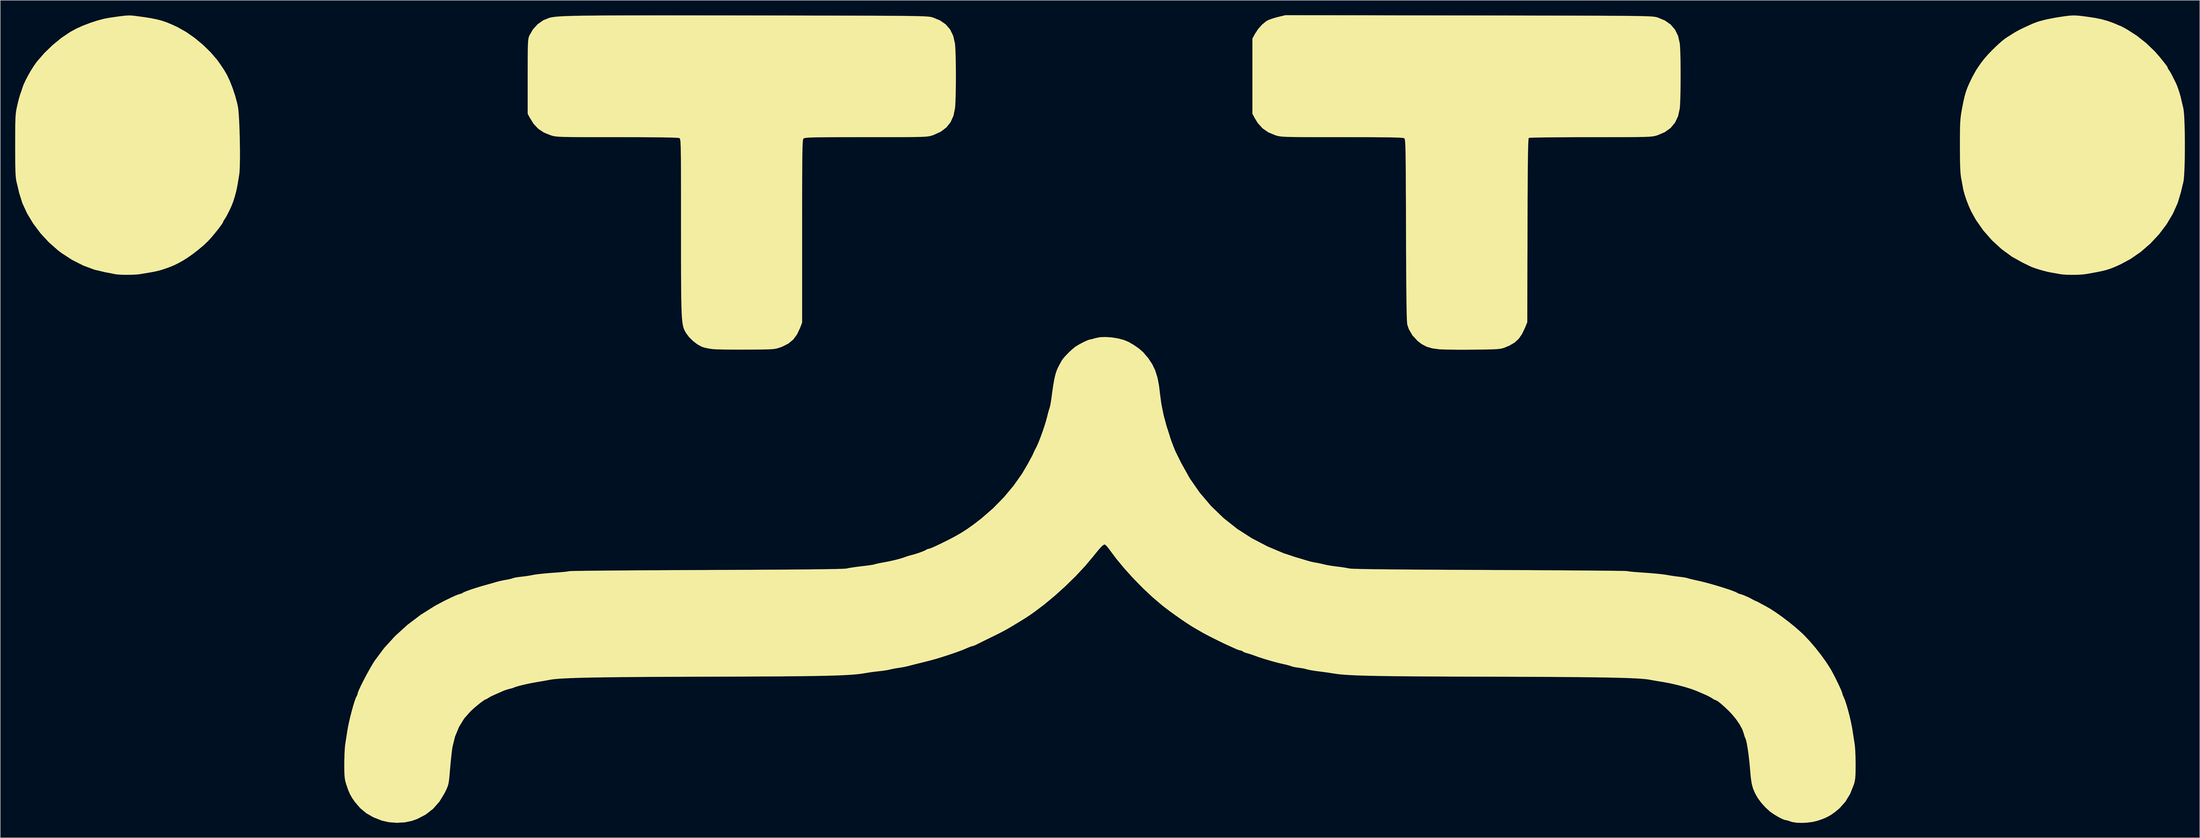
<source format=kicad_pcb>
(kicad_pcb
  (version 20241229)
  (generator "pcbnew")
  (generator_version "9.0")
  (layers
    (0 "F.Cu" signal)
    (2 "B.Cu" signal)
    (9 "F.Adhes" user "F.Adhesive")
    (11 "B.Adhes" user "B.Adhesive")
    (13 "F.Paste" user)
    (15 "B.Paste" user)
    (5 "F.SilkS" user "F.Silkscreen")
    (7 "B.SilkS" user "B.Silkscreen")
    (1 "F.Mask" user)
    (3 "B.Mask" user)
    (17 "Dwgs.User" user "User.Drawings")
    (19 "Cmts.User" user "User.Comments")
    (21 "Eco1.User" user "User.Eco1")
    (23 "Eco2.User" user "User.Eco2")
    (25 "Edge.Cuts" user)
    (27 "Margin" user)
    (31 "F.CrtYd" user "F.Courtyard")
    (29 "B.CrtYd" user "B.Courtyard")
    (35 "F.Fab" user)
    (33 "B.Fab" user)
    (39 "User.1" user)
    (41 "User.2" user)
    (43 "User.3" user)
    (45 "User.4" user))
  (footprint "otto_logo"
    (layer "F.Cu")
    (at 219.61 84.38)
    (property "Reference" "otto_logo" (at 0 0 0) (layer "F.SilkS") (effects (font (size 1.524 1.524) (thickness 0.3))))
    (attr through_hole)
    (fp_poly (pts (xy -196.228 -84.304) (xy -195.759 -84.26) (xy -195.268 -84.199) (xy -193.648 -83.98) (xy -192.307 -83.766) (xy -191.172 -83.537) (xy -190.167 -83.274) (xy -189.219 -82.955) (xy -188.253 -82.562) (xy -187.195 -82.072) (xy -186.869 -81.913) (xy -185.208 -80.973) (xy -183.514 -79.784) (xy -181.87 -78.417) (xy -180.357 -76.944) (xy -179.057 -75.437) (xy -178.391 -74.513) (xy -178.034 -73.974) (xy -177.702 -73.478) (xy -177.614 -73.347) (xy -177.044 -72.368) (xy -176.464 -71.127) (xy -175.91 -69.719) (xy -175.417 -68.236) (xy -175.018 -66.769) (xy -174.849 -65.987) (xy -174.759 -65.332) (xy -174.677 -64.387) (xy -174.605 -63.213) (xy -174.545 -61.87) (xy -174.497 -60.417) (xy -174.463 -58.914) (xy -174.443 -57.422) (xy -174.439 -56) (xy -174.453 -54.708) (xy -174.484 -53.608) (xy -174.535 -52.757) (xy -174.585 -52.327) (xy -174.719 -51.52) (xy -174.87 -50.615) (xy -174.958 -50.09) (xy -175.165 -49.09) (xy -175.455 -47.987) (xy -175.786 -46.932) (xy -176.107 -46.093) (xy -176.466 -45.311) (xy -176.842 -44.551) (xy -177.189 -43.901) (xy -177.462 -43.448) (xy -177.553 -43.326) (xy -177.757 -43.009) (xy -177.8 -42.849) (xy -177.909 -42.619) (xy -178.203 -42.182) (xy -178.635 -41.599) (xy -179.157 -40.931) (xy -179.721 -40.241) (xy -180.28 -39.587) (xy -180.785 -39.033) (xy -180.798 -39.019) (xy -181.684 -38.171) (xy -182.772 -37.249) (xy -183.948 -36.342) (xy -185.098 -35.537) (xy -185.971 -35) (xy -186.864 -34.509) (xy -187.612 -34.137) (xy -188.354 -33.822) (xy -189.228 -33.503) (xy -189.79 -33.313) (xy -190.316 -33.145) (xy -190.847 -33) (xy -191.45 -32.862) (xy -192.193 -32.717) (xy -193.142 -32.552) (xy -194.366 -32.352) (xy -194.585 -32.317) (xy -195.276 -32.243) (xy -196.158 -32.199) (xy -197.129 -32.185) (xy -198.084 -32.2) (xy -198.92 -32.244) (xy -199.534 -32.316) (xy -199.648 -32.341) (xy -200.162 -32.453) (xy -200.856 -32.587) (xy -201.424 -32.685) (xy -203.669 -33.216) (xy -205.941 -34.061) (xy -208.176 -35.191) (xy -210.311 -36.578) (xy -210.996 -37.097) (xy -212.839 -38.72) (xy -214.513 -40.534) (xy -215.982 -42.487) (xy -217.211 -44.527) (xy -218.165 -46.602) (xy -218.81 -48.659) (xy -218.852 -48.846) (xy -218.994 -49.462) (xy -219.177 -50.23) (xy -219.317 -50.8) (xy -219.397 -51.176) (xy -219.462 -51.621) (xy -219.512 -52.175) (xy -219.549 -52.88) (xy -219.576 -53.775) (xy -219.593 -54.901) (xy -219.602 -56.298) (xy -219.605 -58.006) (xy -219.605 -58.171) (xy -219.604 -59.846) (xy -219.598 -61.212) (xy -219.587 -62.313) (xy -219.566 -63.197) (xy -219.535 -63.908) (xy -219.49 -64.492) (xy -219.43 -64.995) (xy -219.353 -65.462) (xy -219.255 -65.94) (xy -219.205 -66.164) (xy -219.008 -66.992) (xy -218.809 -67.756) (xy -218.636 -68.347) (xy -218.562 -68.562) (xy -218.363 -69.111) (xy -218.21 -69.601) (xy -218.203 -69.628) (xy -217.958 -70.324) (xy -217.551 -71.217) (xy -217.031 -72.219) (xy -216.446 -73.242) (xy -215.844 -74.197) (xy -215.274 -74.995) (xy -215.247 -75.029) (xy -213.75 -76.755) (xy -212.083 -78.368) (xy -210.321 -79.807) (xy -208.536 -81.01) (xy -207.285 -81.692) (xy -205.976 -82.276) (xy -204.549 -82.82) (xy -203.114 -83.29) (xy -201.781 -83.647) (xy -200.802 -83.837) (xy -199.522 -84.022) (xy -198.531 -84.159) (xy -197.768 -84.251) (xy -197.171 -84.304) (xy -196.678 -84.32) (xy -196.228 -84.304)) (stroke (width 0.01) (type solid)) (fill yes) (layer "F.SilkS"))
    (fp_poly (pts (xy 194.998 -84.28) (xy 195.803 -84.195) (xy 196.802 -84.06) (xy 198.068 -83.874) (xy 198.315 -83.837) (xy 199.647 -83.57) (xy 201.034 -83.177) (xy 202.297 -82.712) (xy 202.598 -82.578) (xy 203.056 -82.374) (xy 203.367 -82.253) (xy 203.426 -82.239) (xy 203.615 -82.157) (xy 204.033 -81.939) (xy 204.603 -81.626) (xy 204.823 -81.503) (xy 206.796 -80.235) (xy 208.693 -78.732) (xy 210.408 -77.081) (xy 211.342 -76.012) (xy 211.983 -75.217) (xy 212.432 -74.652) (xy 212.721 -74.271) (xy 212.885 -74.031) (xy 212.955 -73.885) (xy 212.967 -73.816) (xy 213.075 -73.561) (xy 213.216 -73.372) (xy 213.425 -73.064) (xy 213.713 -72.559) (xy 213.941 -72.115) (xy 214.229 -71.532) (xy 214.478 -71.037) (xy 214.6 -70.801) (xy 214.82 -70.308) (xy 215.082 -69.598) (xy 215.346 -68.8) (xy 215.566 -68.04) (xy 215.655 -67.674) (xy 215.796 -67.057) (xy 215.977 -66.29) (xy 216.115 -65.72) (xy 216.205 -65.152) (xy 216.281 -64.286) (xy 216.341 -63.176) (xy 216.387 -61.878) (xy 216.417 -60.446) (xy 216.432 -58.936) (xy 216.432 -57.401) (xy 216.417 -55.897) (xy 216.387 -54.48) (xy 216.341 -53.203) (xy 216.28 -52.121) (xy 216.204 -51.29) (xy 216.122 -50.8) (xy 215.937 -50.049) (xy 215.758 -49.299) (xy 215.655 -48.846) (xy 214.993 -46.627) (xy 214.01 -44.436) (xy 212.74 -42.315) (xy 211.219 -40.305) (xy 209.479 -38.448) (xy 207.557 -36.784) (xy 205.485 -35.354) (xy 203.555 -34.319) (xy 202.701 -33.927) (xy 201.964 -33.613) (xy 201.276 -33.357) (xy 200.567 -33.14) (xy 199.767 -32.942) (xy 198.807 -32.743) (xy 197.618 -32.524) (xy 196.539 -32.336) (xy 195.745 -32.244) (xy 194.742 -32.191) (xy 193.656 -32.179) (xy 192.61 -32.207) (xy 191.73 -32.275) (xy 191.388 -32.325) (xy 190.831 -32.425) (xy 190.097 -32.554) (xy 189.466 -32.663) (xy 188.74 -32.816) (xy 187.873 -33.041) (xy 186.974 -33.305) (xy 186.15 -33.576) (xy 185.509 -33.82) (xy 185.284 -33.926) (xy 184.983 -34.078) (xy 184.471 -34.327) (xy 183.856 -34.622) (xy 183.839 -34.63) (xy 181.676 -35.838) (xy 179.607 -37.35) (xy 177.682 -39.114) (xy 175.949 -41.082) (xy 174.46 -43.203) (xy 173.497 -44.938) (xy 173.015 -46.004) (xy 172.565 -47.156) (xy 172.187 -48.278) (xy 171.921 -49.259) (xy 171.845 -49.645) (xy 171.751 -50.19) (xy 171.617 -50.92) (xy 171.479 -51.636) (xy 171.395 -52.2) (xy 171.329 -52.953) (xy 171.281 -53.93) (xy 171.249 -55.165) (xy 171.233 -56.693) (xy 171.229 -58.119) (xy 171.231 -59.664) (xy 171.24 -60.911) (xy 171.259 -61.918) (xy 171.291 -62.743) (xy 171.339 -63.445) (xy 171.407 -64.081) (xy 171.498 -64.708) (xy 171.616 -65.385) (xy 171.662 -65.631) (xy 171.918 -66.945) (xy 172.158 -68.005) (xy 172.414 -68.911) (xy 172.717 -69.761) (xy 173.101 -70.653) (xy 173.596 -71.687) (xy 173.721 -71.937) (xy 174.501 -73.353) (xy 175.408 -74.694) (xy 176.095 -75.578) (xy 176.784 -76.375) (xy 177.596 -77.231) (xy 178.461 -78.08) (xy 179.308 -78.855) (xy 180.066 -79.487) (xy 180.634 -79.892) (xy 181.038 -80.144) (xy 181.592 -80.496) (xy 181.974 -80.74) (xy 182.528 -81.073) (xy 183.208 -81.437) (xy 184.071 -81.859) (xy 185.175 -82.368) (xy 185.882 -82.685) (xy 187.047 -83.114) (xy 188.536 -83.506) (xy 190.362 -83.864) (xy 191.362 -84.025) (xy 192.278 -84.16) (xy 193.027 -84.255) (xy 193.682 -84.308) (xy 194.315 -84.317) (xy 194.998 -84.28)) (stroke (width 0.01) (type solid)) (fill yes) (layer "F.SilkS"))
    (fp_poly (pts (xy 72.502 -84.321) (xy 76.758 -84.315) (xy 80.673 -84.309) (xy 84.262 -84.303) (xy 87.54 -84.298) (xy 90.522 -84.292) (xy 93.222 -84.285) (xy 95.655 -84.279) (xy 97.835 -84.271) (xy 99.778 -84.263) (xy 101.498 -84.254) (xy 103.009 -84.244) (xy 104.327 -84.232) (xy 105.466 -84.219) (xy 106.441 -84.205) (xy 107.266 -84.188) (xy 107.957 -84.17) (xy 108.527 -84.15) (xy 108.992 -84.127) (xy 109.366 -84.102) (xy 109.665 -84.074) (xy 109.902 -84.044) (xy 110.092 -84.011) (xy 110.25 -83.975) (xy 110.391 -83.935) (xy 110.481 -83.908) (xy 111.927 -83.308) (xy 113.089 -82.495) (xy 113.972 -81.465) (xy 114.58 -80.21) (xy 114.918 -78.726) (xy 114.931 -78.613) (xy 114.986 -77.93) (xy 115.029 -76.961) (xy 115.061 -75.768) (xy 115.082 -74.414) (xy 115.092 -72.962) (xy 115.091 -71.474) (xy 115.08 -70.014) (xy 115.058 -68.644) (xy 115.026 -67.426) (xy 114.983 -66.425) (xy 114.93 -65.701) (xy 114.916 -65.583) (xy 114.576 -64.062) (xy 113.964 -62.77) (xy 113.079 -61.706) (xy 111.921 -60.869) (xy 110.489 -60.257) (xy 110.415 -60.234) (xy 110.169 -60.161) (xy 109.923 -60.098) (xy 109.649 -60.044) (xy 109.319 -59.999) (xy 108.907 -59.962) (xy 108.385 -59.932) (xy 107.725 -59.908) (xy 106.902 -59.89) (xy 105.886 -59.877) (xy 104.651 -59.868) (xy 103.17 -59.862) (xy 101.415 -59.859) (xy 99.359 -59.857) (xy 97.008 -59.856) (xy 94.955 -59.854) (xy 93.004 -59.847) (xy 91.185 -59.838) (xy 89.527 -59.825) (xy 88.059 -59.81) (xy 86.811 -59.792) (xy 85.813 -59.772) (xy 85.093 -59.75) (xy 84.681 -59.727) (xy 84.593 -59.713) (xy 84.556 -59.62) (xy 84.522 -59.38) (xy 84.492 -58.976) (xy 84.465 -58.391) (xy 84.441 -57.608) (xy 84.42 -56.611) (xy 84.401 -55.382) (xy 84.384 -53.905) (xy 84.369 -52.163) (xy 84.356 -50.139) (xy 84.345 -47.816) (xy 84.335 -45.177) (xy 84.325 -42.205) (xy 84.322 -41.109) (xy 84.273 -22.647) (xy 83.839 -21.581) (xy 83.243 -20.319) (xy 82.571 -19.344) (xy 81.754 -18.585) (xy 80.723 -17.975) (xy 79.841 -17.6) (xy 79.519 -17.484) (xy 79.201 -17.392) (xy 78.842 -17.32) (xy 78.397 -17.266) (xy 77.82 -17.226) (xy 77.065 -17.196) (xy 76.086 -17.174) (xy 74.84 -17.155) (xy 73.447 -17.14) (xy 72.013 -17.13) (xy 70.611 -17.13) (xy 69.305 -17.14) (xy 68.158 -17.158) (xy 67.231 -17.184) (xy 66.587 -17.217) (xy 66.52 -17.222) (xy 65.156 -17.412) (xy 64.035 -17.745) (xy 63.057 -18.26) (xy 62.246 -18.887) (xy 61.201 -20.014) (xy 60.474 -21.263) (xy 60.174 -22.153) (xy 60.137 -22.419) (xy 60.103 -22.906) (xy 60.072 -23.627) (xy 60.044 -24.595) (xy 60.019 -25.822) (xy 59.996 -27.32) (xy 59.976 -29.104) (xy 59.958 -31.185) (xy 59.943 -33.576) (xy 59.929 -36.29) (xy 59.917 -39.339) (xy 59.911 -41.208) (xy 59.902 -44.161) (xy 59.893 -46.779) (xy 59.884 -49.082) (xy 59.874 -51.091) (xy 59.863 -52.825) (xy 59.851 -54.306) (xy 59.837 -55.554) (xy 59.82 -56.589) (xy 59.802 -57.43) (xy 59.78 -58.1) (xy 59.755 -58.617) (xy 59.726 -59.002) (xy 59.693 -59.276) (xy 59.655 -59.458) (xy 59.613 -59.57) (xy 59.565 -59.631) (xy 59.557 -59.637) (xy 59.421 -59.682) (xy 59.128 -59.722) (xy 58.658 -59.755) (xy 57.991 -59.783) (xy 57.106 -59.806) (xy 55.982 -59.824) (xy 54.599 -59.838) (xy 52.935 -59.849) (xy 50.971 -59.855) (xy 48.685 -59.858) (xy 47.066 -59.859) (xy 44.687 -59.859) (xy 42.637 -59.86) (xy 40.887 -59.863) (xy 39.41 -59.869) (xy 38.18 -59.877) (xy 37.168 -59.89) (xy 36.348 -59.908) (xy 35.692 -59.932) (xy 35.173 -59.961) (xy 34.764 -59.998) (xy 34.438 -60.043) (xy 34.166 -60.097) (xy 33.922 -60.16) (xy 33.679 -60.234) (xy 33.659 -60.24) (xy 32.237 -60.828) (xy 31.073 -61.636) (xy 30.115 -62.706) (xy 29.526 -63.66) (xy 29.041 -64.566) (xy 29.041 -79.664) (xy 29.525 -80.569) (xy 30.167 -81.559) (xy 30.957 -82.457) (xy 31.791 -83.149) (xy 31.972 -83.263) (xy 32.436 -83.476) (xy 33.121 -83.717) (xy 33.901 -83.944) (xy 34.136 -84.003) (xy 35.678 -84.375) (xy 72.502 -84.321)) (stroke (width 0.01) (type solid)) (fill yes) (layer "F.SilkS"))
    (fp_poly (pts (xy -87.077 -84.34) (xy -83.642 -84.338) (xy -79.893 -84.333) (xy -75.816 -84.328) (xy -72.146 -84.322) (xy -67.95 -84.316) (xy -64.095 -84.309) (xy -60.566 -84.303) (xy -57.347 -84.297) (xy -54.423 -84.291) (xy -51.78 -84.284) (xy -49.403 -84.277) (xy -47.277 -84.269) (xy -45.387 -84.261) (xy -43.718 -84.251) (xy -42.254 -84.24) (xy -40.982 -84.228) (xy -39.887 -84.215) (xy -38.952 -84.199) (xy -38.165 -84.182) (xy -37.508 -84.163) (xy -36.969 -84.142) (xy -36.531 -84.118) (xy -36.179 -84.092) (xy -35.9 -84.064) (xy -35.678 -84.032) (xy -35.498 -83.997) (xy -35.344 -83.96) (xy -35.203 -83.919) (xy -35.169 -83.908) (xy -33.735 -83.317) (xy -32.586 -82.516) (xy -31.712 -81.494) (xy -31.105 -80.24) (xy -30.756 -78.745) (xy -30.729 -78.53) (xy -30.672 -77.81) (xy -30.626 -76.801) (xy -30.592 -75.568) (xy -30.57 -74.178) (xy -30.56 -72.697) (xy -30.561 -71.189) (xy -30.575 -69.722) (xy -30.6 -68.36) (xy -30.637 -67.171) (xy -30.685 -66.219) (xy -30.731 -65.684) (xy -31.045 -64.162) (xy -31.618 -62.877) (xy -32.461 -61.817) (xy -33.586 -60.967) (xy -35.003 -60.314) (xy -35.182 -60.252) (xy -35.414 -60.175) (xy -35.641 -60.11) (xy -35.891 -60.054) (xy -36.191 -60.007) (xy -36.567 -59.968) (xy -37.047 -59.937) (xy -37.658 -59.912) (xy -38.427 -59.893) (xy -39.38 -59.879) (xy -40.545 -59.87) (xy -41.949 -59.864) (xy -43.619 -59.861) (xy -45.582 -59.859) (xy -47.865 -59.859) (xy -48.624 -59.859) (xy -51.032 -59.858) (xy -53.109 -59.856) (xy -54.881 -59.851) (xy -56.371 -59.844) (xy -57.605 -59.833) (xy -58.606 -59.818) (xy -59.401 -59.799) (xy -60.012 -59.775) (xy -60.466 -59.746) (xy -60.787 -59.71) (xy -60.998 -59.668) (xy -61.126 -59.618) (xy -61.178 -59.58) (xy -61.223 -59.508) (xy -61.264 -59.375) (xy -61.299 -59.16) (xy -61.33 -58.844) (xy -61.356 -58.407) (xy -61.379 -57.828) (xy -61.398 -57.088) (xy -61.414 -56.166) (xy -61.427 -55.042) (xy -61.437 -53.697) (xy -61.445 -52.11) (xy -61.45 -50.261) (xy -61.454 -48.13) (xy -61.456 -45.697) (xy -61.457 -42.942) (xy -61.457 -40.945) (xy -61.457 -22.59) (xy -61.852 -21.553) (xy -62.471 -20.225) (xy -63.23 -19.189) (xy -64.181 -18.391) (xy -65.377 -17.778) (xy -65.675 -17.663) (xy -66.051 -17.528) (xy -66.389 -17.421) (xy -66.734 -17.338) (xy -67.131 -17.276) (xy -67.628 -17.232) (xy -68.27 -17.2) (xy -69.103 -17.18) (xy -70.174 -17.166) (xy -71.527 -17.155) (xy -72.438 -17.149) (xy -73.875 -17.145) (xy -75.267 -17.148) (xy -76.556 -17.16) (xy -77.681 -17.178) (xy -78.584 -17.202) (xy -79.205 -17.231) (xy -79.308 -17.239) (xy -80.129 -17.348) (xy -80.942 -17.516) (xy -81.579 -17.708) (xy -81.605 -17.718) (xy -82.488 -18.198) (xy -83.397 -18.895) (xy -84.211 -19.706) (xy -84.794 -20.496) (xy -84.95 -20.768) (xy -85.088 -21.035) (xy -85.211 -21.319) (xy -85.318 -21.641) (xy -85.412 -22.022) (xy -85.492 -22.484) (xy -85.56 -23.048) (xy -85.617 -23.735) (xy -85.663 -24.566) (xy -85.701 -25.563) (xy -85.73 -26.747) (xy -85.753 -28.139) (xy -85.769 -29.76) (xy -85.78 -31.632) (xy -85.786 -33.776) (xy -85.79 -36.213) (xy -85.791 -38.965) (xy -85.792 -41.779) (xy -85.792 -44.678) (xy -85.792 -47.243) (xy -85.794 -49.494) (xy -85.797 -51.452) (xy -85.802 -53.137) (xy -85.809 -54.571) (xy -85.818 -55.774) (xy -85.831 -56.768) (xy -85.846 -57.571) (xy -85.866 -58.207) (xy -85.889 -58.694) (xy -85.918 -59.055) (xy -85.951 -59.309) (xy -85.989 -59.478) (xy -86.033 -59.581) (xy -86.083 -59.641) (xy -86.135 -59.675) (xy -86.395 -59.717) (xy -87.009 -59.753) (xy -87.973 -59.784) (xy -89.286 -59.81) (xy -90.945 -59.83) (xy -92.949 -59.845) (xy -95.295 -59.855) (xy -97.982 -59.859) (xy -98.628 -59.859) (xy -101.002 -59.859) (xy -103.048 -59.86) (xy -104.794 -59.863) (xy -106.266 -59.869) (xy -107.493 -59.878) (xy -108.501 -59.891) (xy -109.318 -59.908) (xy -109.971 -59.932) (xy -110.487 -59.962) (xy -110.894 -59.999) (xy -111.22 -60.044) (xy -111.491 -60.098) (xy -111.734 -60.162) (xy -111.978 -60.236) (xy -111.99 -60.24) (xy -113.359 -60.792) (xy -114.475 -61.534) (xy -115.402 -62.519) (xy -116.186 -63.766) (xy -116.609 -64.566) (xy -116.609 -72.031) (xy -116.608 -73.866) (xy -116.605 -75.38) (xy -116.597 -76.609) (xy -116.584 -77.588) (xy -116.564 -78.353) (xy -116.535 -78.938) (xy -116.497 -79.379) (xy -116.447 -79.71) (xy -116.384 -79.968) (xy -116.306 -80.187) (xy -116.262 -80.291) (xy -115.553 -81.518) (xy -114.605 -82.556) (xy -113.48 -83.351) (xy -112.239 -83.848) (xy -112.236 -83.849) (xy -111.977 -83.91) (xy -111.682 -83.966) (xy -111.337 -84.018) (xy -110.928 -84.065) (xy -110.44 -84.107) (xy -109.858 -84.146) (xy -109.167 -84.18) (xy -108.353 -84.211) (xy -107.401 -84.237) (xy -106.297 -84.261) (xy -105.025 -84.28) (xy -103.572 -84.297) (xy -101.922 -84.311) (xy -100.061 -84.322) (xy -97.975 -84.33) (xy -95.648 -84.336) (xy -93.065 -84.339) (xy -90.214 -84.341) (xy -87.077 -84.34)) (stroke (width 0.01) (type solid)) (fill yes) (layer "F.SilkS"))
    (fp_poly (pts (xy 0.79 -19.593) (xy 2.041 -19.391) (xy 3.197 -19.086) (xy 4.154 -18.692) (xy 4.174 -18.681) (xy 5.315 -18.007) (xy 6.312 -17.301) (xy 7.071 -16.629) (xy 7.119 -16.579) (xy 8.118 -15.403) (xy 8.903 -14.22) (xy 9.504 -12.96) (xy 9.949 -11.552) (xy 10.266 -9.926) (xy 10.454 -8.348) (xy 10.745 -6.179) (xy 11.208 -3.904) (xy 11.803 -1.706) (xy 12.099 -0.799) (xy 12.283 -0.237) (xy 12.461 0.355) (xy 12.622 0.853) (xy 12.866 1.531) (xy 13.147 2.27) (xy 13.418 2.949) (xy 13.634 3.447) (xy 13.679 3.54) (xy 13.813 3.805) (xy 14.065 4.313) (xy 14.399 4.987) (xy 14.729 5.652) (xy 16.445 8.73) (xy 18.449 11.614) (xy 20.719 14.284) (xy 23.235 16.715) (xy 25.976 18.887) (xy 28.892 20.76) (xy 32.082 22.426) (xy 35.285 23.775) (xy 37.745 24.589) (xy 38.563 24.83) (xy 39.354 25.066) (xy 39.984 25.258) (xy 40.143 25.307) (xy 40.848 25.498) (xy 41.589 25.652) (xy 41.741 25.677) (xy 42.423 25.8) (xy 43.18 25.969) (xy 43.429 26.033) (xy 44.017 26.163) (xy 44.817 26.301) (xy 45.689 26.426) (xy 46.004 26.464) (xy 46.852 26.571) (xy 47.665 26.694) (xy 48.311 26.811) (xy 48.491 26.851) (xy 48.752 26.881) (xy 49.289 26.91) (xy 50.108 26.937) (xy 51.216 26.963) (xy 52.619 26.988) (xy 54.324 27.012) (xy 56.337 27.034) (xy 58.664 27.056) (xy 61.313 27.076) (xy 64.288 27.096) (xy 67.598 27.115) (xy 71.247 27.133) (xy 75.243 27.151) (xy 76.733 27.157) (xy 79.829 27.169) (xy 82.829 27.183) (xy 85.713 27.198) (xy 88.463 27.214) (xy 91.059 27.23) (xy 93.482 27.247) (xy 95.712 27.263) (xy 97.73 27.28) (xy 99.518 27.297) (xy 101.055 27.313) (xy 102.322 27.33) (xy 103.3 27.345) (xy 103.969 27.36) (xy 104.312 27.374) (xy 104.353 27.38) (xy 104.58 27.427) (xy 105.101 27.489) (xy 105.86 27.56) (xy 106.795 27.634) (xy 107.817 27.704) (xy 108.965 27.787) (xy 110.088 27.883) (xy 111.097 27.986) (xy 111.907 28.086) (xy 112.346 28.156) (xy 113.225 28.308) (xy 114.198 28.448) (xy 114.833 28.521) (xy 115.529 28.607) (xy 116.139 28.712) (xy 116.515 28.809) (xy 116.91 28.927) (xy 117.521 29.078) (xy 118.202 29.227) (xy 119.118 29.431) (xy 120.169 29.696) (xy 121.299 30.004) (xy 122.449 30.337) (xy 123.561 30.677) (xy 124.579 31.007) (xy 125.444 31.308) (xy 126.098 31.563) (xy 126.485 31.754) (xy 126.542 31.798) (xy 126.869 31.96) (xy 126.974 31.972) (xy 127.26 32.044) (xy 127.754 32.228) (xy 128.346 32.477) (xy 128.927 32.745) (xy 129.387 32.984) (xy 129.487 33.045) (xy 129.858 33.243) (xy 130.197 33.393) (xy 130.64 33.593) (xy 130.908 33.739) (xy 131.222 33.918) (xy 131.707 34.175) (xy 131.945 34.296) (xy 133.001 34.89) (xy 134.229 35.683) (xy 135.552 36.62) (xy 136.897 37.643) (xy 138.187 38.697) (xy 139.349 39.724) (xy 139.966 40.319) (xy 141.089 41.514) (xy 142.238 42.862) (xy 143.346 44.277) (xy 144.348 45.671) (xy 145.176 46.958) (xy 145.471 47.472) (xy 145.917 48.312) (xy 146.366 49.198) (xy 146.787 50.065) (xy 147.15 50.847) (xy 147.425 51.482) (xy 147.58 51.902) (xy 147.604 52.018) (xy 147.679 52.287) (xy 147.86 52.691) (xy 147.862 52.695) (xy 148.116 53.302) (xy 148.409 54.179) (xy 148.719 55.244) (xy 149.024 56.416) (xy 149.302 57.615) (xy 149.534 58.758) (xy 149.659 59.503) (xy 149.794 60.39) (xy 149.938 61.319) (xy 150.063 62.103) (xy 150.073 62.168) (xy 150.139 62.753) (xy 150.195 63.6) (xy 150.237 64.614) (xy 150.261 65.701) (xy 150.265 66.241) (xy 150.26 67.4) (xy 150.237 68.28) (xy 150.189 68.958) (xy 150.11 69.508) (xy 149.992 70.008) (xy 149.896 70.326) (xy 149.165 72.156) (xy 148.216 73.721) (xy 147.028 75.057) (xy 146.094 75.834) (xy 145.289 76.394) (xy 144.527 76.825) (xy 143.677 77.193) (xy 142.65 77.551) (xy 141.693 77.786) (xy 140.602 77.935) (xy 139.482 77.994) (xy 138.436 77.96) (xy 137.567 77.83) (xy 137.186 77.71) (xy 136.689 77.534) (xy 136.288 77.446) (xy 136.24 77.443) (xy 135.868 77.348) (xy 135.296 77.093) (xy 134.609 76.727) (xy 133.895 76.297) (xy 133.242 75.851) (xy 133.039 75.696) (xy 132.164 74.903) (xy 131.309 73.955) (xy 130.607 73.002) (xy 130.498 72.825) (xy 130.002 71.918) (xy 129.643 71.051) (xy 129.392 70.119) (xy 129.221 69.019) (xy 129.12 67.941) (xy 129.002 66.559) (xy 128.863 65.218) (xy 128.711 63.972) (xy 128.552 62.877) (xy 128.396 61.988) (xy 128.25 61.359) (xy 128.157 61.102) (xy 127.955 60.6) (xy 127.803 60.066) (xy 127.503 59.205) (xy 126.966 58.208) (xy 126.24 57.15) (xy 125.377 56.105) (xy 124.803 55.507) (xy 123.861 54.611) (xy 123.086 53.933) (xy 122.498 53.488) (xy 122.116 53.294) (xy 122.058 53.287) (xy 121.812 53.189) (xy 121.473 52.97) (xy 121.073 52.723) (xy 120.495 52.425) (xy 120.073 52.231) (xy 119.389 51.936) (xy 118.71 51.643) (xy 118.385 51.503) (xy 117.326 51.101) (xy 116.018 50.691) (xy 114.566 50.299) (xy 113.075 49.954) (xy 111.65 49.684) (xy 111.458 49.653) (xy 110.61 49.516) (xy 109.774 49.373) (xy 109.098 49.251) (xy 108.959 49.224) (xy 108.501 49.148) (xy 107.909 49.079) (xy 107.169 49.016) (xy 106.266 48.958) (xy 105.186 48.906) (xy 103.914 48.859) (xy 102.435 48.816) (xy 100.735 48.778) (xy 98.8 48.745) (xy 96.614 48.715) (xy 94.163 48.689) (xy 91.433 48.666) (xy 88.408 48.647) (xy 85.075 48.63) (xy 81.418 48.616) (xy 77.424 48.604) (xy 76.644 48.602) (xy 72.809 48.592) (xy 69.311 48.58) (xy 66.134 48.566) (xy 63.259 48.55) (xy 60.67 48.532) (xy 58.348 48.51) (xy 56.277 48.486) (xy 54.438 48.457) (xy 52.815 48.425) (xy 51.39 48.388) (xy 50.145 48.347) (xy 49.063 48.3) (xy 48.126 48.248) (xy 47.317 48.191) (xy 46.619 48.127) (xy 46.013 48.056) (xy 45.483 47.979) (xy 45.294 47.947) (xy 44.696 47.851) (xy 43.873 47.732) (xy 42.951 47.607) (xy 42.363 47.532) (xy 41.522 47.417) (xy 40.773 47.295) (xy 40.211 47.183) (xy 39.965 47.113) (xy 39.554 47) (xy 38.937 46.884) (xy 38.366 46.805) (xy 37.719 46.713) (xy 37.183 46.604) (xy 36.908 46.514) (xy 36.584 46.397) (xy 36.034 46.246) (xy 35.398 46.099) (xy 34.225 45.823) (xy 32.903 45.469) (xy 31.556 45.072) (xy 30.31 44.671) (xy 29.308 44.308) (xy 28.71 44.099) (xy 28.043 43.902) (xy 27.939 43.875) (xy 27.455 43.721) (xy 27.135 43.562) (xy 27.084 43.513) (xy 26.833 43.359) (xy 26.689 43.34) (xy 26.361 43.268) (xy 25.867 43.087) (xy 25.634 42.985) (xy 24.98 42.684) (xy 24.256 42.355) (xy 24.023 42.251) (xy 23.326 41.927) (xy 22.461 41.509) (xy 21.518 41.043) (xy 20.587 40.572) (xy 19.757 40.142) (xy 19.118 39.799) (xy 18.917 39.685) (xy 18.344 39.353) (xy 17.795 39.041) (xy 17.673 38.972) (xy 16.894 38.508) (xy 15.912 37.874) (xy 14.8 37.124) (xy 13.635 36.308) (xy 12.49 35.479) (xy 11.441 34.689) (xy 10.931 34.289) (xy 9.026 32.674) (xy 7.069 30.841) (xy 5.136 28.871) (xy 3.3 26.841) (xy 1.637 24.83) (xy 0.353 23.108) (xy -0.043 22.584) (xy -0.386 22.199) (xy -0.61 22.028) (xy -0.628 22.025) (xy -0.83 22.077) (xy -1.088 22.255) (xy -1.436 22.593) (xy -1.906 23.127) (xy -2.532 23.891) (xy -3.027 24.512) (xy -4.648 26.433) (xy -6.517 28.427) (xy -8.56 30.425) (xy -10.7 32.354) (xy -12.863 34.145) (xy -14.826 35.621) (xy -15.417 36.039) (xy -15.926 36.388) (xy -16.433 36.721) (xy -17.022 37.092) (xy -17.776 37.555) (xy -18.436 37.955) (xy -19.301 38.477) (xy -19.999 38.889) (xy -20.621 39.24) (xy -21.254 39.578) (xy -21.988 39.952) (xy -22.91 40.408) (xy -23.446 40.671) (xy -24.361 41.12) (xy -25.199 41.533) (xy -25.892 41.876) (xy -26.373 42.115) (xy -26.525 42.192) (xy -26.937 42.375) (xy -27.223 42.452) (xy -27.223 42.452) (xy -27.495 42.52) (xy -27.946 42.693) (xy -28.141 42.778) (xy -29.222 43.233) (xy -30.529 43.72) (xy -32.104 44.255) (xy -33.748 44.778) (xy -34.535 45.015) (xy -35.359 45.246) (xy -36.312 45.496) (xy -37.486 45.79) (xy -38.011 45.918) (xy -38.787 46.112) (xy -39.581 46.317) (xy -40.054 46.443) (xy -40.787 46.614) (xy -41.603 46.763) (xy -41.919 46.808) (xy -42.687 46.927) (xy -43.49 47.086) (xy -43.784 47.155) (xy -44.429 47.289) (xy -45.245 47.416) (xy -46.004 47.503) (xy -46.885 47.602) (xy -47.89 47.74) (xy -48.757 47.88) (xy -49.295 47.968) (xy -49.886 48.049) (xy -50.549 48.122) (xy -51.303 48.188) (xy -52.164 48.248) (xy -53.151 48.301) (xy -54.282 48.348) (xy -55.576 48.39) (xy -57.049 48.427) (xy -58.72 48.46) (xy -60.608 48.488) (xy -62.729 48.512) (xy -65.103 48.534) (xy -67.746 48.552) (xy -70.678 48.568) (xy -73.916 48.581) (xy -77.477 48.593) (xy -80.285 48.601) (xy -84.325 48.613) (xy -88.024 48.627) (xy -91.397 48.644) (xy -94.458 48.664) (xy -97.222 48.687) (xy -99.704 48.714) (xy -101.917 48.744) (xy -103.877 48.778) (xy -105.598 48.816) (xy -107.094 48.859) (xy -108.38 48.907) (xy -109.471 48.96) (xy -110.381 49.018) (xy -111.124 49.083) (xy -111.716 49.153) (xy -112.156 49.226) (xy -112.773 49.343) (xy -113.583 49.487) (xy -114.428 49.629) (xy -114.566 49.652) (xy -115.574 49.829) (xy -116.6 50.035) (xy -117.567 50.251) (xy -118.397 50.46) (xy -119.012 50.642) (xy -119.28 50.748) (xy -119.698 50.907) (xy -120.228 51.041) (xy -120.246 51.045) (xy -120.82 51.199) (xy -121.455 51.432) (xy -121.578 51.486) (xy -122.162 51.745) (xy -122.87 52.055) (xy -123.27 52.228) (xy -123.849 52.495) (xy -124.322 52.744) (xy -124.527 52.878) (xy -124.82 53.069) (xy -124.948 53.109) (xy -125.208 53.222) (xy -125.668 53.528) (xy -126.267 53.981) (xy -126.943 54.532) (xy -127.635 55.134) (xy -128.128 55.59) (xy -129.393 57.036) (xy -130.425 58.728) (xy -131.208 60.629) (xy -131.722 62.701) (xy -131.793 63.145) (xy -131.881 63.835) (xy -131.985 64.774) (xy -132.095 65.859) (xy -132.198 66.985) (xy -132.238 67.447) (xy -132.329 68.521) (xy -132.41 69.321) (xy -132.499 69.927) (xy -132.615 70.419) (xy -132.777 70.878) (xy -133.004 71.384) (xy -133.308 72.003) (xy -134.339 73.705) (xy -135.609 75.147) (xy -137.106 76.319) (xy -138.818 77.211) (xy -139.905 77.596) (xy -141.338 77.888) (xy -142.907 77.975) (xy -144.47 77.86) (xy -145.885 77.544) (xy -145.917 77.534) (xy -147.616 76.867) (xy -149.04 76.051) (xy -150.256 75.042) (xy -151.323 73.802) (xy -151.883 72.996) (xy -152.314 72.235) (xy -152.683 71.384) (xy -153.04 70.358) (xy -153.205 69.814) (xy -153.321 69.309) (xy -153.396 68.763) (xy -153.44 68.096) (xy -153.459 67.228) (xy -153.462 66.184) (xy -153.449 65.104) (xy -153.415 64.048) (xy -153.364 63.113) (xy -153.301 62.395) (xy -153.271 62.168) (xy -153.15 61.409) (xy -153.006 60.487) (xy -152.869 59.587) (xy -152.856 59.503) (xy -152.707 58.653) (xy -152.499 57.667) (xy -152.25 56.612) (xy -151.978 55.553) (xy -151.701 54.554) (xy -151.436 53.682) (xy -151.201 53.001) (xy -151.013 52.578) (xy -150.957 52.496) (xy -150.813 52.175) (xy -150.801 52.066) (xy -150.717 51.75) (xy -150.484 51.186) (xy -150.133 50.433) (xy -149.694 49.55) (xy -149.198 48.596) (xy -148.675 47.629) (xy -148.156 46.709) (xy -147.671 45.894) (xy -147.336 45.369) (xy -145.446 42.836) (xy -143.252 40.436) (xy -140.792 38.201) (xy -138.105 36.163) (xy -135.228 34.355) (xy -133.306 33.334) (xy -132.077 32.739) (xy -131.14 32.312) (xy -130.502 32.055) (xy -130.171 31.972) (xy -129.82 31.861) (xy -129.739 31.798) (xy -129.455 31.634) (xy -128.887 31.398) (xy -128.095 31.112) (xy -127.139 30.796) (xy -126.078 30.47) (xy -124.971 30.155) (xy -124.78 30.103) (xy -124.04 29.898) (xy -123.296 29.683) (xy -122.915 29.567) (xy -122.278 29.398) (xy -121.501 29.232) (xy -121.015 29.146) (xy -120.378 29.029) (xy -119.85 28.9) (xy -119.594 28.809) (xy -119.266 28.712) (xy -118.699 28.61) (xy -118.012 28.524) (xy -117.941 28.517) (xy -117.091 28.417) (xy -116.2 28.28) (xy -115.543 28.153) (xy -114.997 28.06) (xy -114.185 27.958) (xy -113.195 27.856) (xy -112.116 27.764) (xy -111.479 27.719) (xy -110.474 27.647) (xy -109.588 27.571) (xy -108.885 27.497) (xy -108.426 27.432) (xy -108.281 27.394) (xy -108.084 27.379) (xy -107.551 27.363) (xy -106.702 27.346) (xy -105.555 27.329) (xy -104.13 27.311) (xy -102.446 27.293) (xy -100.524 27.276) (xy -98.381 27.258) (xy -96.037 27.241) (xy -93.512 27.224) (xy -90.825 27.207) (xy -87.995 27.192) (xy -85.042 27.178) (xy -81.984 27.164) (xy -80.641 27.159) (xy -76.608 27.142) (xy -72.922 27.126) (xy -69.574 27.108) (xy -66.554 27.09) (xy -63.853 27.071) (xy -61.463 27.051) (xy -59.375 27.03) (xy -57.58 27.009) (xy -56.069 26.986) (xy -54.832 26.962) (xy -53.862 26.936) (xy -53.149 26.909) (xy -52.684 26.881) (xy -52.461 26.851) (xy -52.001 26.754) (xy -51.284 26.637) (xy -50.404 26.514) (xy -49.459 26.399) (xy -49.4 26.392) (xy -48.52 26.288) (xy -47.765 26.187) (xy -47.205 26.098) (xy -46.915 26.033) (xy -46.897 26.024) (xy -46.645 25.943) (xy -46.142 25.829) (xy -45.486 25.703) (xy -45.339 25.678) (xy -44.138 25.452) (xy -42.968 25.194) (xy -41.924 24.929) (xy -41.1 24.678) (xy -40.853 24.587) (xy -40.242 24.374) (xy -39.582 24.184) (xy -39.521 24.17) (xy -38.855 23.989) (xy -38.13 23.759) (xy -37.441 23.514) (xy -36.882 23.288) (xy -36.549 23.115) (xy -36.515 23.087) (xy -36.189 22.925) (xy -36.083 22.913) (xy -35.81 22.852) (xy -35.313 22.66) (xy -34.57 22.328) (xy -33.559 21.845) (xy -32.327 21.238) (xy -30.83 20.463) (xy -29.505 19.706) (xy -28.249 18.9) (xy -26.959 17.979) (xy -25.532 16.877) (xy -25.4 16.772) (xy -23.075 14.751) (xy -20.905 12.538) (xy -18.943 10.192) (xy -17.24 7.775) (xy -16.074 5.784) (xy -15.745 5.167) (xy -15.463 4.643) (xy -15.284 4.319) (xy -15.276 4.306) (xy -15.07 3.896) (xy -14.921 3.552) (xy -14.722 3.11) (xy -14.578 2.842) (xy -14.288 2.286) (xy -13.933 1.469) (xy -13.541 0.472) (xy -13.142 -0.625) (xy -12.765 -1.741) (xy -12.44 -2.795) (xy -12.195 -3.705) (xy -12.164 -3.837) (xy -12.003 -4.49) (xy -11.84 -5.059) (xy -11.74 -5.346) (xy -11.63 -5.731) (xy -11.507 -6.341) (xy -11.396 -7.051) (xy -11.389 -7.105) (xy -11.176 -8.687) (xy -10.987 -9.968) (xy -10.809 -11) (xy -10.629 -11.835) (xy -10.437 -12.526) (xy -10.218 -13.124) (xy -9.96 -13.682) (xy -9.727 -14.121) (xy -9.483 -14.568) (xy -9.309 -14.896) (xy -9.009 -15.328) (xy -8.514 -15.9) (xy -7.907 -16.528) (xy -7.269 -17.127) (xy -6.685 -17.614) (xy -6.497 -17.75) (xy -5.954 -18.089) (xy -5.303 -18.447) (xy -4.639 -18.778) (xy -4.057 -19.035) (xy -3.652 -19.172) (xy -3.569 -19.183) (xy -3.284 -19.235) (xy -2.799 -19.369) (xy -2.496 -19.463) (xy -1.584 -19.641) (xy -0.454 -19.681) (xy 0.79 -19.593)) (stroke (width 0.01) (type solid)) (fill yes) (layer "F.SilkS")))
  (gr_rect
    (start -3 -3)
    (end 439.047 165.378)
    (stroke (width 0.1) (type default))
    (fill no)
    (layer "Edge.Cuts")))
</source>
